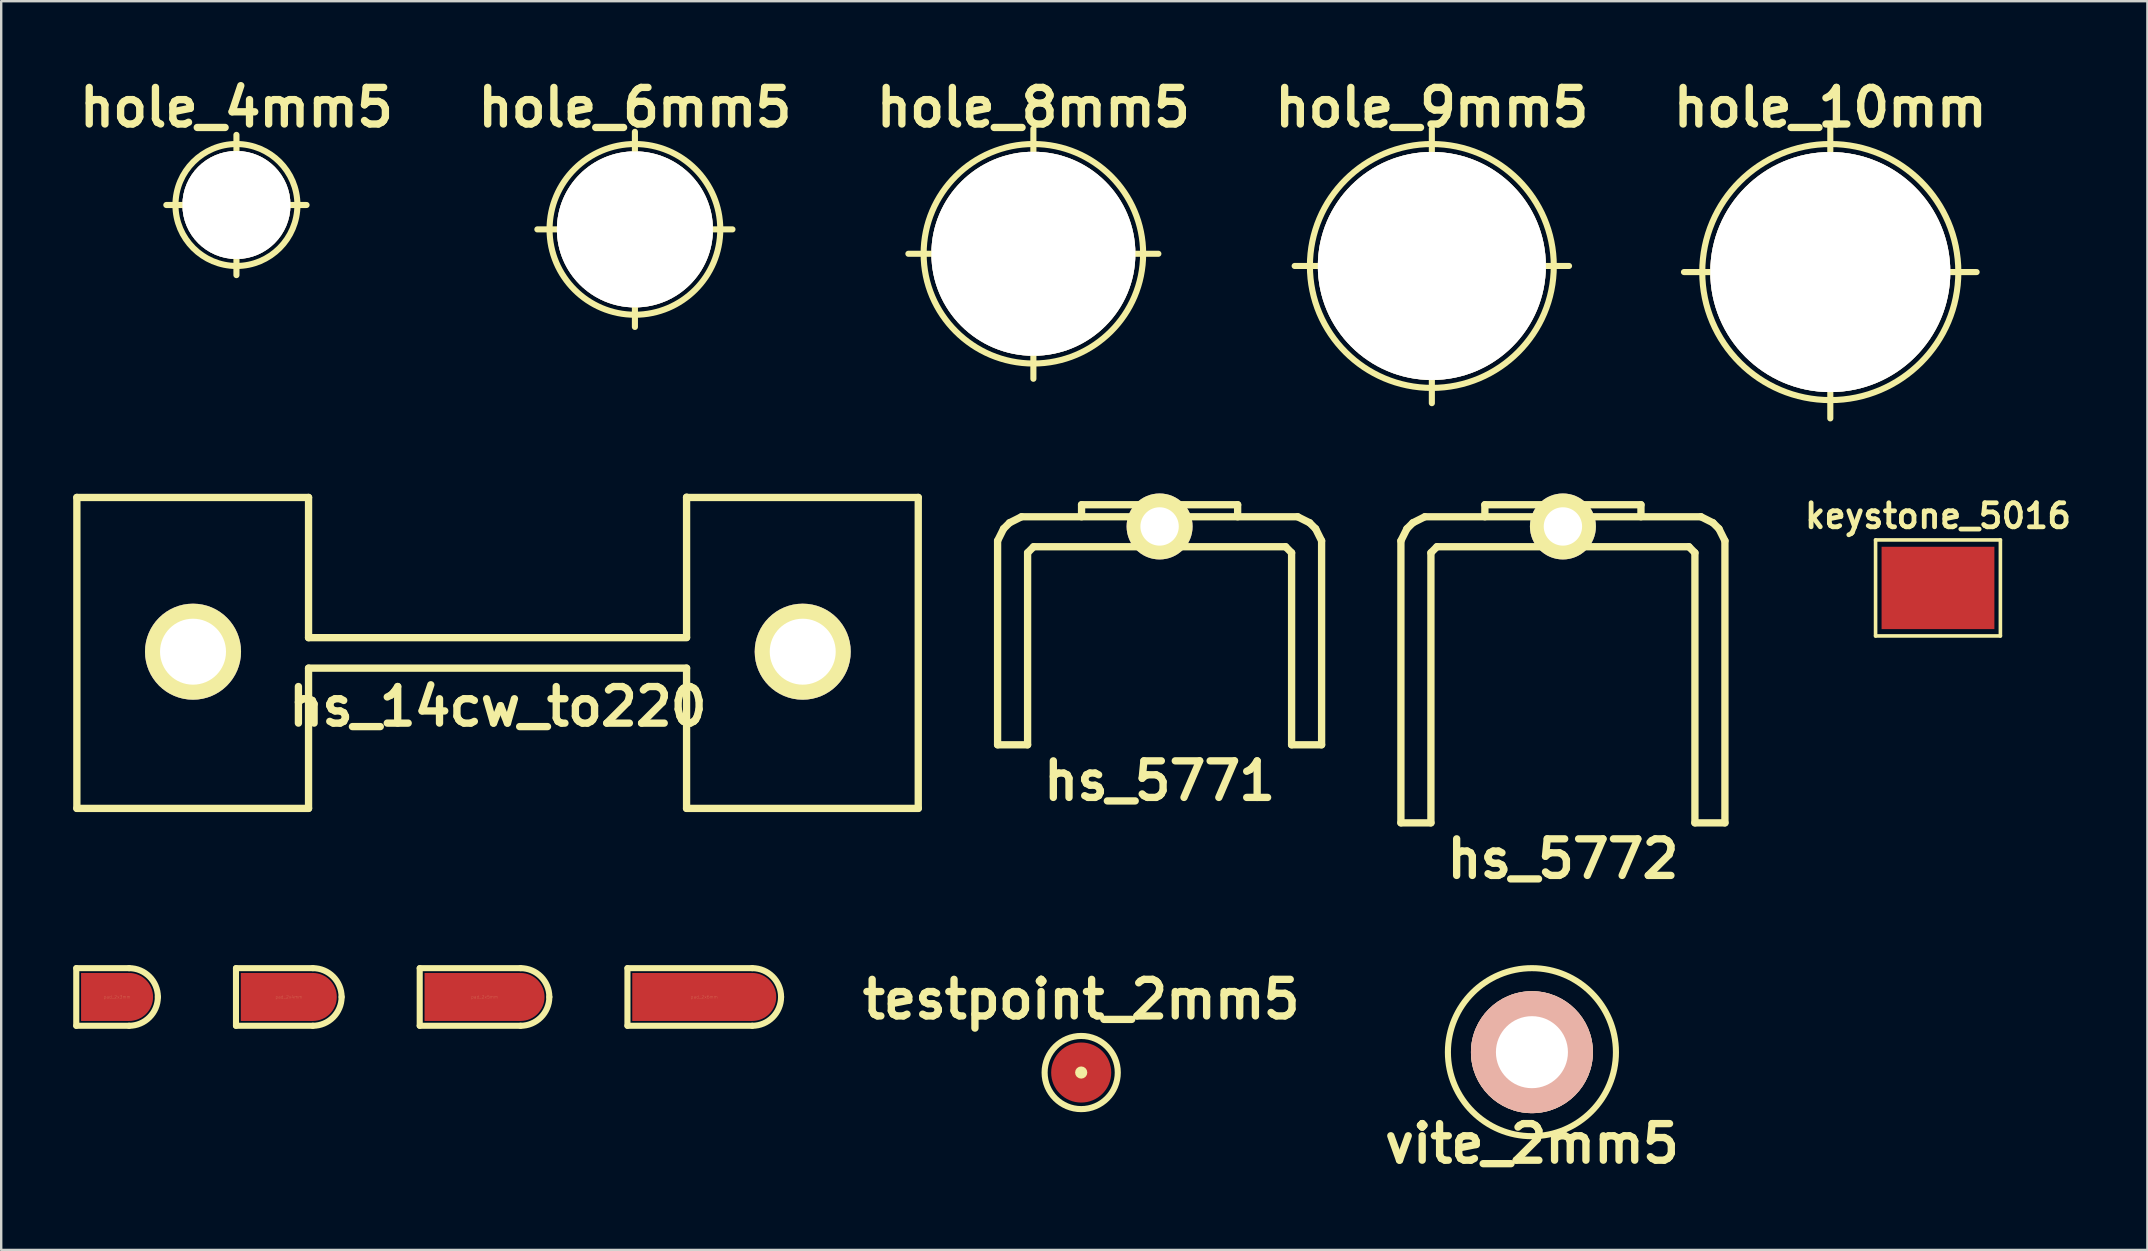
<source format=kicad_pcb>
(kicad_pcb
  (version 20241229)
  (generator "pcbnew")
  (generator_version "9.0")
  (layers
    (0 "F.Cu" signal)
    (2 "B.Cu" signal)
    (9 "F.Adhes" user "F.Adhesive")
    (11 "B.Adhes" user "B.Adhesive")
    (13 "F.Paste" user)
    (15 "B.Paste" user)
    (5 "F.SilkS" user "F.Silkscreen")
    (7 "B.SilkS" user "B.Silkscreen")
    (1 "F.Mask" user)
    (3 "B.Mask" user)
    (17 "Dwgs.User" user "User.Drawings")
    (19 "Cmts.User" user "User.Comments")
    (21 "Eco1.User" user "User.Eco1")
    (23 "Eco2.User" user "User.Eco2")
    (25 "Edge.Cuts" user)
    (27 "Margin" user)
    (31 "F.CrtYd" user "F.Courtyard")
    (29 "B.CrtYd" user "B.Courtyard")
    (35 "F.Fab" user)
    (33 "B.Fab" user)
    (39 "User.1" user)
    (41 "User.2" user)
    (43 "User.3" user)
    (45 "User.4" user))
  (footprint "keystone_5016"
    (layer "F.Cu")
    (at 77.685 21.443)
    (property "Reference" "keystone_5016" (at 0 -3 0) (layer "F.SilkS") (effects (font (size 1 1) (thickness 0.2))))
    (attr through_hole)
    (fp_line (start -2.6 -2) (end 2.6 -2) (stroke (width 0.15) (type solid)) (layer "F.SilkS"))
    (fp_line (start -2.6 2) (end -2.6 -2) (stroke (width 0.15) (type solid)) (layer "F.SilkS"))
    (fp_line (start 2.6 -2) (end 2.6 2) (stroke (width 0.15) (type solid)) (layer "F.SilkS"))
    (fp_line (start 2.6 2) (end -2.6 2) (stroke (width 0.15) (type solid)) (layer "F.SilkS"))
    (pad "1" smd rect (at 0 0) (size 4.7 3.43) (layers "F.Cu" "F.Mask" "F.Paste")))
  (footprint "pad_2x3mm"
    (layer "F.Cu")
    (at 1.827 38.483)
    (property "Reference" "pad_2x3mm" (at 0 0 0) (layer "F.SilkS") (effects (font (size 0.127 0.127) (thickness 0.003))))
    (attr smd)
    (fp_line (start -1.7 -1.2) (end -1.7 1.2) (stroke (width 0.254) (type solid)) (layer "F.SilkS"))
    (fp_line (start -1.7 -1.2) (end 0.5 -1.2) (stroke (width 0.254) (type solid)) (layer "F.SilkS"))
    (fp_line (start -1.7 1.2) (end 0.5 1.2) (stroke (width 0.254) (type solid)) (layer "F.SilkS"))
    (fp_arc (start 0.5 -1.2) (mid 1.348528 -0.848528) (end 1.7 0) (stroke (width 0.254) (type solid)) (layer "F.SilkS"))
    (fp_arc (start 1.7 0) (mid 1.348528 0.848528) (end 0.5 1.2) (stroke (width 0.254) (type solid)) (layer "F.SilkS"))
    (pad "1" smd rect (at -0.5 0) (size 2 2) (layers "F.Cu" "F.Mask" "F.Paste"))
    (pad "1" smd circle (at 0.5 0) (size 2 2) (layers "F.Cu" "F.Mask" "F.Paste")))
  (footprint "vite_2mm5"
    (layer "F.Cu")
    (at 60.769 40.783)
    (property "Reference" "vite_2mm5" (at 0 3.81 0) (layer "F.SilkS") (effects (font (size 1.524 1.524) (thickness 0.305))))
    (attr through_hole)
    (fp_circle (center 0 0) (end -3.5 0) (stroke (width 0.254) (type solid)) (fill no) (layer "F.SilkS"))
    (pad "1" thru_hole circle (at 0 0) (size 5.08 5.08) (drill 3) (layers "*.Cu" "*.SilkS" "*.Mask")))
  (footprint "hs_5771"
    (layer "F.Cu")
    (at 45.258 19.73)
    (property "Reference" "hs_5771" (at 0 9.751 0) (layer "F.SilkS") (effects (font (size 1.524 1.524) (thickness 0.305))))
    (attr through_hole)
    (fp_line (start -6.749 -0.251) (end -6.749 8.247) (stroke (width 0.305) (type solid)) (layer "F.SilkS"))
    (fp_line (start -6.749 -0.251) (end -6.5 -0.752) (stroke (width 0.305) (type solid)) (layer "F.SilkS"))
    (fp_line (start -6.5 -0.752) (end -6.251 -1.001) (stroke (width 0.305) (type solid)) (layer "F.SilkS"))
    (fp_line (start -6.251 -1.001) (end -5.751 -1.252) (stroke (width 0.305) (type solid)) (layer "F.SilkS"))
    (fp_line (start -5.499 0.249) (end -5.25 -0.003) (stroke (width 0.305) (type solid)) (layer "F.SilkS"))
    (fp_line (start -5.499 8.247) (end -6.749 8.247) (stroke (width 0.305) (type solid)) (layer "F.SilkS"))
    (fp_line (start -5.499 8.247) (end -5.499 0.249) (stroke (width 0.305) (type solid)) (layer "F.SilkS"))
    (fp_line (start -5.25 -0.003) (end 5.25 -0.003) (stroke (width 0.305) (type solid)) (layer "F.SilkS"))
    (fp_line (start -3.251 -1.753) (end 3.251 -1.753) (stroke (width 0.305) (type solid)) (layer "F.SilkS"))
    (fp_line (start -3.251 -1.252) (end -3.251 -1.753) (stroke (width 0.305) (type solid)) (layer "F.SilkS"))
    (fp_line (start 3.251 -1.753) (end 3.251 -1.252) (stroke (width 0.305) (type solid)) (layer "F.SilkS"))
    (fp_line (start 5.25 -0.003) (end 5.499 0.249) (stroke (width 0.305) (type solid)) (layer "F.SilkS"))
    (fp_line (start 5.499 8.247) (end 5.499 0.249) (stroke (width 0.305) (type solid)) (layer "F.SilkS"))
    (fp_line (start 5.751 -1.252) (end -5.751 -1.252) (stroke (width 0.305) (type solid)) (layer "F.SilkS"))
    (fp_line (start 5.751 -1.252) (end 6.251 -1.001) (stroke (width 0.305) (type solid)) (layer "F.SilkS"))
    (fp_line (start 6.251 -1.001) (end 6.5 -0.752) (stroke (width 0.305) (type solid)) (layer "F.SilkS"))
    (fp_line (start 6.5 -0.752) (end 6.749 -0.251) (stroke (width 0.305) (type solid)) (layer "F.SilkS"))
    (fp_line (start 6.749 -0.251) (end 6.749 8.247) (stroke (width 0.305) (type solid)) (layer "F.SilkS"))
    (fp_line (start 6.749 8.247) (end 5.499 8.247) (stroke (width 0.305) (type solid)) (layer "F.SilkS"))
    (pad "" thru_hole circle (at 0 -0.848) (size 2.748 2.748) (drill 1.598) (layers "*.Cu" "*.Mask" "F.SilkS")))
  (footprint "hole_8mm5"
    (layer "F.Cu")
    (at 40 7.522)
    (property "Reference" "hole_8mm5" (at 0 -6.096 0) (layer "F.SilkS") (effects (font (size 1.524 1.524) (thickness 0.305))))
    (attr through_hole)
    (fp_line (start -5.207 0) (end 5.207 0) (stroke (width 0.254) (type solid)) (layer "F.SilkS"))
    (fp_line (start 0 5.207) (end 0 -5.207) (stroke (width 0.254) (type solid)) (layer "F.SilkS"))
    (fp_circle (center 0 0) (end 4.572 0) (stroke (width 0.254) (type solid)) (fill no) (layer "F.SilkS"))
    (pad "1" thru_hole circle (at 0 0) (size 8.499 8.499) (drill 8.499) (layers "*.Cu" "F.SilkS")))
  (footprint "hs_14cw_to220"
    (layer "F.Cu")
    (at 17.691 24.099)
    (property "Reference" "hs_14cw_to220" (at 0 2.286 0) (layer "F.SilkS") (effects (font (size 1.524 1.524) (thickness 0.305))))
    (attr through_hole)
    (fp_line (start -17.539 -6.426) (end -17.539 6.528) (stroke (width 0.305) (type solid)) (layer "F.SilkS"))
    (fp_line (start -17.539 6.528) (end -7.887 6.528) (stroke (width 0.305) (type solid)) (layer "F.SilkS"))
    (fp_line (start -7.887 -6.426) (end -17.539 -6.426) (stroke (width 0.305) (type solid)) (layer "F.SilkS"))
    (fp_line (start -7.887 -6.426) (end -7.887 -0.584) (stroke (width 0.305) (type solid)) (layer "F.SilkS"))
    (fp_line (start -7.887 0.686) (end -7.887 6.528) (stroke (width 0.305) (type solid)) (layer "F.SilkS"))
    (fp_line (start -7.887 0.686) (end 7.861 0.686) (stroke (width 0.305) (type solid)) (layer "F.SilkS"))
    (fp_line (start 7.861 -6.439) (end 7.861 -0.597) (stroke (width 0.305) (type solid)) (layer "F.SilkS"))
    (fp_line (start 7.861 -0.584) (end -7.887 -0.584) (stroke (width 0.305) (type solid)) (layer "F.SilkS"))
    (fp_line (start 7.861 6.528) (end 7.861 0.686) (stroke (width 0.305) (type solid)) (layer "F.SilkS"))
    (fp_line (start 7.861 6.528) (end 17.513 6.528) (stroke (width 0.305) (type solid)) (layer "F.SilkS"))
    (fp_line (start 17.513 -6.426) (end 7.861 -6.426) (stroke (width 0.305) (type solid)) (layer "F.SilkS"))
    (fp_line (start 17.513 -6.426) (end 17.513 6.528) (stroke (width 0.305) (type solid)) (layer "F.SilkS"))
    (pad "" thru_hole circle (at -12.7 0) (size 4 4) (drill 2.748) (layers "*.Cu" "*.Mask" "F.SilkS"))
    (pad "" thru_hole circle (at 12.7 0) (size 4 4) (drill 2.748) (layers "*.Cu" "*.Mask" "F.SilkS")))
  (footprint "pad_2x4mm"
    (layer "F.Cu")
    (at 8.981 38.483)
    (property "Reference" "pad_2x4mm" (at 0 0 0) (layer "F.SilkS") (effects (font (size 0.127 0.127) (thickness 0.003))))
    (attr smd)
    (fp_line (start -2.2 -1.2) (end -2.2 1.2) (stroke (width 0.254) (type solid)) (layer "F.SilkS"))
    (fp_line (start -2.2 -1.2) (end 1 -1.2) (stroke (width 0.254) (type solid)) (layer "F.SilkS"))
    (fp_line (start -2.2 1.2) (end 1 1.2) (stroke (width 0.254) (type solid)) (layer "F.SilkS"))
    (fp_arc (start 1 -1.2) (mid 1.848528 -0.848528) (end 2.2 0) (stroke (width 0.254) (type solid)) (layer "F.SilkS"))
    (fp_arc (start 2.2 0) (mid 1.848528 0.848528) (end 1 1.2) (stroke (width 0.254) (type solid)) (layer "F.SilkS"))
    (pad "1" smd rect (at -0.5 0) (size 3 2) (layers "F.Cu" "F.Mask" "F.Paste"))
    (pad "1" smd circle (at 1 0) (size 2 2) (layers "F.Cu" "F.Mask" "F.Paste")))
  (footprint "hole_4mm5"
    (layer "F.Cu")
    (at 6.8 5.49)
    (property "Reference" "hole_4mm5" (at 0 -4.064 0) (layer "F.SilkS") (effects (font (size 1.524 1.524) (thickness 0.305))))
    (attr through_hole)
    (fp_line (start -2.921 0) (end 2.921 0) (stroke (width 0.254) (type solid)) (layer "F.SilkS"))
    (fp_line (start 0 -2.921) (end 0 2.921) (stroke (width 0.254) (type solid)) (layer "F.SilkS"))
    (fp_circle (center 0 0) (end 2.54 0) (stroke (width 0.254) (type solid)) (fill no) (layer "F.SilkS"))
    (pad "1" thru_hole circle (at 0 0) (size 4.501 4.501) (drill 4.501) (layers "*.Cu" "F.SilkS")))
  (footprint "hole_6mm5"
    (layer "F.Cu")
    (at 23.4 6.506)
    (property "Reference" "hole_6mm5" (at 0 -5.08 0) (layer "F.SilkS") (effects (font (size 1.524 1.524) (thickness 0.305))))
    (attr through_hole)
    (fp_line (start -4.064 0) (end 4.064 0) (stroke (width 0.254) (type solid)) (layer "F.SilkS"))
    (fp_line (start 0 -4.064) (end 0 4.064) (stroke (width 0.254) (type solid)) (layer "F.SilkS"))
    (fp_circle (center 0 0) (end 3.556 0) (stroke (width 0.254) (type solid)) (fill no) (layer "F.SilkS"))
    (pad "1" thru_hole circle (at 0 0) (size 6.5 6.5) (drill 6.5) (layers "*.Cu" "F.SilkS")))
  (footprint "testpoint_2mm5"
    (layer "F.Cu")
    (at 41.992 41.631)
    (property "Reference" "testpoint_2mm5" (at 0 -3.048 0) (layer "F.SilkS") (effects (font (size 1.524 1.524) (thickness 0.305))))
    (attr through_hole)
    (fp_circle (center 0 0) (end 0.127 0) (stroke (width 0.254) (type solid)) (fill no) (layer "F.SilkS"))
    (fp_circle (center 0 0) (end 1.524 0) (stroke (width 0.254) (type solid)) (fill no) (layer "F.SilkS"))
    (pad "1" smd circle (at 0 0) (size 2.502 2.502) (layers "F.Cu" "F.Mask" "F.Paste")))
  (footprint "pad_2x6mm"
    (layer "F.Cu")
    (at 26.289 38.483)
    (property "Reference" "pad_2x6mm" (at 0 0 0) (layer "F.SilkS") (effects (font (size 0.127 0.127) (thickness 0.003))))
    (attr smd)
    (fp_line (start -3.2 -1.2) (end -3.2 1.2) (stroke (width 0.254) (type solid)) (layer "F.SilkS"))
    (fp_line (start -3.2 -1.2) (end 2 -1.2) (stroke (width 0.254) (type solid)) (layer "F.SilkS"))
    (fp_line (start -3.2 1.2) (end 2 1.2) (stroke (width 0.254) (type solid)) (layer "F.SilkS"))
    (fp_arc (start 2 -1.2) (mid 2.848528 -0.848528) (end 3.2 0) (stroke (width 0.254) (type solid)) (layer "F.SilkS"))
    (fp_arc (start 3.2 0) (mid 2.848528 0.848528) (end 2 1.2) (stroke (width 0.254) (type solid)) (layer "F.SilkS"))
    (pad "1" smd rect (at -0.5 0) (size 5 2) (layers "F.Cu" "F.Mask" "F.Paste"))
    (pad "1" smd circle (at 2 0) (size 2 2) (layers "F.Cu" "F.Mask" "F.Paste")))
  (footprint "hs_5772"
    (layer "F.Cu")
    (at 62.06 19.73)
    (property "Reference" "hs_5772" (at 0 13 0) (layer "F.SilkS") (effects (font (size 1.524 1.524) (thickness 0.305))))
    (attr through_hole)
    (fp_line (start -6.749 -0.251) (end -6.749 11.499) (stroke (width 0.305) (type solid)) (layer "F.SilkS"))
    (fp_line (start -6.749 -0.251) (end -6.5 -0.752) (stroke (width 0.305) (type solid)) (layer "F.SilkS"))
    (fp_line (start -6.5 -0.752) (end -6.251 -1.001) (stroke (width 0.305) (type solid)) (layer "F.SilkS"))
    (fp_line (start -6.251 -1.001) (end -5.751 -1.252) (stroke (width 0.305) (type solid)) (layer "F.SilkS"))
    (fp_line (start -5.499 0.249) (end -5.25 -0.003) (stroke (width 0.305) (type solid)) (layer "F.SilkS"))
    (fp_line (start -5.499 11.499) (end -6.749 11.499) (stroke (width 0.305) (type solid)) (layer "F.SilkS"))
    (fp_line (start -5.499 11.499) (end -5.499 0.249) (stroke (width 0.305) (type solid)) (layer "F.SilkS"))
    (fp_line (start -5.25 -0.003) (end 5.25 -0.003) (stroke (width 0.305) (type solid)) (layer "F.SilkS"))
    (fp_line (start -3.251 -1.753) (end 3.251 -1.753) (stroke (width 0.305) (type solid)) (layer "F.SilkS"))
    (fp_line (start -3.251 -1.252) (end -3.251 -1.753) (stroke (width 0.305) (type solid)) (layer "F.SilkS"))
    (fp_line (start 3.251 -1.753) (end 3.251 -1.252) (stroke (width 0.305) (type solid)) (layer "F.SilkS"))
    (fp_line (start 5.25 -0.003) (end 5.499 0.249) (stroke (width 0.305) (type solid)) (layer "F.SilkS"))
    (fp_line (start 5.499 0.249) (end 5.499 11.499) (stroke (width 0.305) (type solid)) (layer "F.SilkS"))
    (fp_line (start 5.751 -1.252) (end -5.751 -1.252) (stroke (width 0.305) (type solid)) (layer "F.SilkS"))
    (fp_line (start 5.751 -1.252) (end 6.251 -1.001) (stroke (width 0.305) (type solid)) (layer "F.SilkS"))
    (fp_line (start 6.251 -1.001) (end 6.5 -0.752) (stroke (width 0.305) (type solid)) (layer "F.SilkS"))
    (fp_line (start 6.5 -0.752) (end 6.749 -0.251) (stroke (width 0.305) (type solid)) (layer "F.SilkS"))
    (fp_line (start 6.749 -0.251) (end 6.749 11.499) (stroke (width 0.305) (type solid)) (layer "F.SilkS"))
    (fp_line (start 6.749 11.499) (end 5.499 11.499) (stroke (width 0.305) (type solid)) (layer "F.SilkS"))
    (pad "" thru_hole circle (at 0 -0.848) (size 2.748 2.748) (drill 1.598) (layers "*.Cu" "*.Mask" "F.SilkS")))
  (footprint "pad_2x5mm"
    (layer "F.Cu")
    (at 17.135 38.483)
    (property "Reference" "pad_2x5mm" (at 0 0 0) (layer "F.SilkS") (effects (font (size 0.127 0.127) (thickness 0.003))))
    (attr smd)
    (fp_line (start -2.7 -1.2) (end -2.7 1.2) (stroke (width 0.254) (type solid)) (layer "F.SilkS"))
    (fp_line (start -2.7 -1.2) (end 1.5 -1.2) (stroke (width 0.254) (type solid)) (layer "F.SilkS"))
    (fp_line (start -2.7 1.2) (end 1.5 1.2) (stroke (width 0.254) (type solid)) (layer "F.SilkS"))
    (fp_arc (start 1.5 -1.2) (mid 2.348528 -0.848528) (end 2.7 0) (stroke (width 0.254) (type solid)) (layer "F.SilkS"))
    (fp_arc (start 2.7 0) (mid 2.348528 0.848528) (end 1.5 1.2) (stroke (width 0.254) (type solid)) (layer "F.SilkS"))
    (pad "1" smd rect (at -0.5 0) (size 4 2) (layers "F.Cu" "F.Mask" "F.Paste"))
    (pad "1" smd circle (at 1.5 0) (size 2 2) (layers "F.Cu" "F.Mask" "F.Paste")))
  (footprint "hole_10mm"
    (layer "F.Cu")
    (at 73.199 8.284)
    (property "Reference" "hole_10mm" (at 0 -6.858 0) (layer "F.SilkS") (effects (font (size 1.524 1.524) (thickness 0.305))))
    (attr through_hole)
    (fp_line (start -6.096 0) (end 6.096 0) (stroke (width 0.254) (type solid)) (layer "F.SilkS"))
    (fp_line (start 0 -6.096) (end 0 6.096) (stroke (width 0.254) (type solid)) (layer "F.SilkS"))
    (fp_circle (center 0 0) (end 5.334 0) (stroke (width 0.254) (type solid)) (fill no) (layer "F.SilkS"))
    (pad "1" thru_hole circle (at 0 0) (size 10 10) (drill 10) (layers "*.Cu" "F.SilkS")))
  (footprint "hole_9mm5"
    (layer "F.Cu")
    (at 56.6 8.03)
    (property "Reference" "hole_9mm5" (at 0 -6.604 0) (layer "F.SilkS") (effects (font (size 1.524 1.524) (thickness 0.305))))
    (attr through_hole)
    (fp_line (start -5.715 0) (end 5.715 0) (stroke (width 0.254) (type solid)) (layer "F.SilkS"))
    (fp_line (start 0 -5.715) (end 0 5.715) (stroke (width 0.254) (type solid)) (layer "F.SilkS"))
    (fp_circle (center 0 0) (end 5.08 0) (stroke (width 0.254) (type solid)) (fill no) (layer "F.SilkS"))
    (pad "1" thru_hole circle (at 0 0) (size 9.5 9.5) (drill 9.5) (layers "*.Cu" "F.SilkS")))
  (gr_rect
    (start -3 -3)
    (end 86.409 49.02)
    (stroke (width 0.1) (type default))
    (fill no)
    (layer "Edge.Cuts")))
</source>
